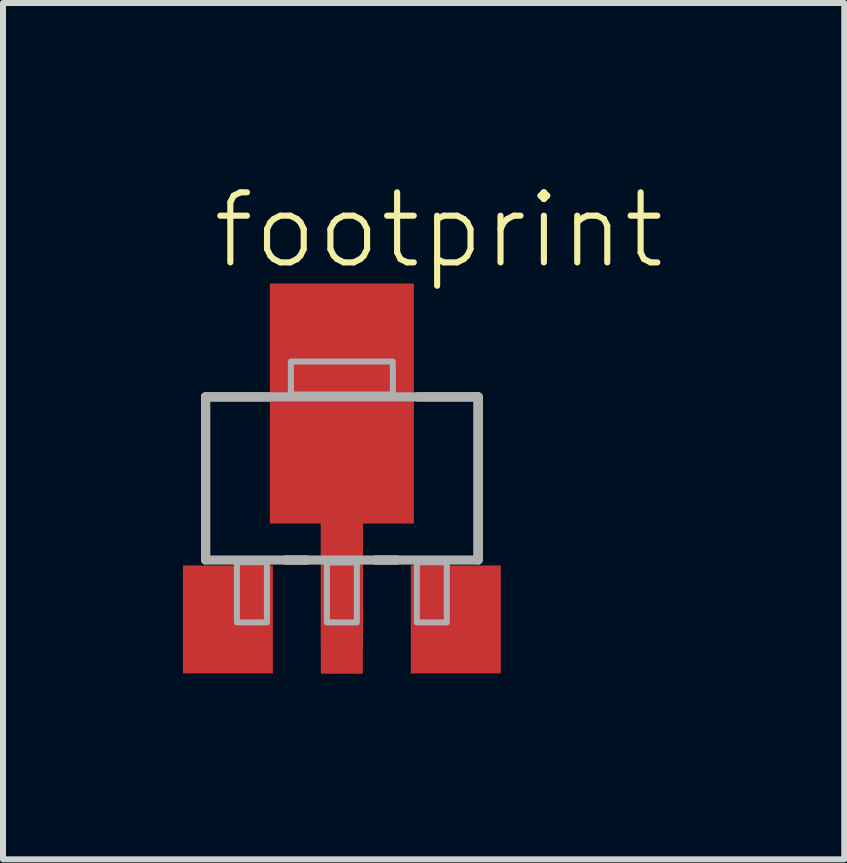
<source format=kicad_pcb>
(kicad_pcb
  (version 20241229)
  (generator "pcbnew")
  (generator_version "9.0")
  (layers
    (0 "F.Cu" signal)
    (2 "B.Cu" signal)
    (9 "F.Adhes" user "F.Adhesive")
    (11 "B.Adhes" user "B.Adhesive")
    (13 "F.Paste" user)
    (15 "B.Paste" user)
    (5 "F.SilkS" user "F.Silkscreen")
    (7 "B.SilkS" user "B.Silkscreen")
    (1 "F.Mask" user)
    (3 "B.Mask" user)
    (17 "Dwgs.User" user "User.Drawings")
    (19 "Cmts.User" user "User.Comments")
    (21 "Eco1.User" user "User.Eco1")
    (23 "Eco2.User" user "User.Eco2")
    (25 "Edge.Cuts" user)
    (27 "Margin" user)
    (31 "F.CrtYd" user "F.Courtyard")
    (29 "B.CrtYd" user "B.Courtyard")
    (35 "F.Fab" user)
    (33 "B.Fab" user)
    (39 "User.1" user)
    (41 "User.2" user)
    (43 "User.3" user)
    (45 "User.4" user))
  (footprint "footprint"
    (layer "F.Cu")
    (at 2.65 5.178)
    (property "Reference" "footprint" (at -2.205 -3.705 0) (layer "F.SilkS") (effects (font (size 1.168 1.168) (thickness 0.102)) (justify left bottom)))
    (fp_poly (pts (xy 1.201 0.501) (xy 0.351 0.501) (xy 0.351 2.601) (xy -0.351 2.601) (xy -0.351 0.501) (xy -1.201 0.501) (xy -1.201 -3.501) (xy 1.201 -3.501)) (stroke (width 0) (type solid)) (fill yes) (layer "F.Cu"))
    (fp_poly (pts (xy -1.3 0.6) (xy 1.3 0.6) (xy 1.3 -3.6) (xy -1.3 -3.6)) (stroke (width 0) (type solid)) (fill yes) (layer "F.Mask"))
    (fp_poly (pts (xy -0.45 3.1) (xy 0.45 3.1) (xy 0.45 1.1) (xy -0.45 1.1)) (stroke (width 0) (type solid)) (fill yes) (layer "F.Mask"))
    (fp_line (start -2.272 -1.61) (end -1.214 -1.61) (stroke (width 0.152) (type solid)) (layer "F.SilkS"))
    (fp_line (start -2.272 1.102) (end -2.272 -1.61) (stroke (width 0.152) (type solid)) (layer "F.SilkS"))
    (fp_line (start -0.578 1.11) (end -0.936 1.11) (stroke (width 0.152) (type solid)) (layer "F.SilkS"))
    (fp_line (start 0.922 1.11) (end 0.564 1.11) (stroke (width 0.152) (type solid)) (layer "F.SilkS"))
    (fp_line (start 1.264 -1.61) (end 2.272 -1.61) (stroke (width 0.152) (type solid)) (layer "F.SilkS"))
    (fp_line (start 2.272 -1.61) (end 2.272 1.102) (stroke (width 0.152) (type solid)) (layer "F.SilkS"))
    (fp_poly (pts (xy -1.125 0.4) (xy 1.125 0.4) (xy 1.125 -3.425) (xy -1.125 -3.425)) (stroke (width 0) (type solid)) (fill yes) (layer "F.Paste"))
    (fp_poly (pts (xy -0.35 3) (xy 0.35 3) (xy 0.35 1.2) (xy -0.35 1.2)) (stroke (width 0) (type solid)) (fill yes) (layer "F.Paste"))
    (fp_line (start -2.272 -1.61) (end 2.272 -1.61) (stroke (width 0.152) (type solid)) (layer "F.Fab"))
    (fp_line (start -2.272 1.11) (end -2.272 -1.61) (stroke (width 0.152) (type solid)) (layer "F.Fab"))
    (fp_line (start 2.272 -1.61) (end 2.272 1.11) (stroke (width 0.152) (type solid)) (layer "F.Fab"))
    (fp_line (start 2.272 1.11) (end -2.272 1.11) (stroke (width 0.152) (type solid)) (layer "F.Fab"))
    (fp_poly (pts (xy -1.75 2.15) (xy -1.25 2.15) (xy -1.25 1.15) (xy -1.75 1.15)) (stroke (width 0.1) (type solid)) (fill no) (layer "F.Fab"))
    (fp_poly (pts (xy -0.85 -1.65) (xy 0.85 -1.65) (xy 0.85 -2.2) (xy -0.85 -2.2)) (stroke (width 0.1) (type solid)) (fill no) (layer "F.Fab"))
    (fp_poly (pts (xy -0.25 2.15) (xy 0.25 2.15) (xy 0.25 1.15) (xy -0.25 1.15)) (stroke (width 0.1) (type solid)) (fill no) (layer "F.Fab"))
    (fp_poly (pts (xy 1.25 2.15) (xy 1.75 2.15) (xy 1.75 1.15) (xy 1.25 1.15)) (stroke (width 0.1) (type solid)) (fill no) (layer "F.Fab"))
    (pad "1" smd rect (at 1.9 2.1) (size 1.5 1.8) (layers "F.Cu" "F.Mask" "F.Paste"))
    (pad "2" smd rect (at -1.9 2.1) (size 1.5 1.8) (layers "F.Cu" "F.Mask" "F.Paste"))
    (pad "4" smd rect (at 0 1.73) (size 0.7 2.55) (layers "F.Cu")))
  (gr_rect
    (start -3 -3)
    (end 11.027 11.278)
    (stroke (width 0.1) (type default))
    (fill no)
    (layer "Edge.Cuts")))
</source>
